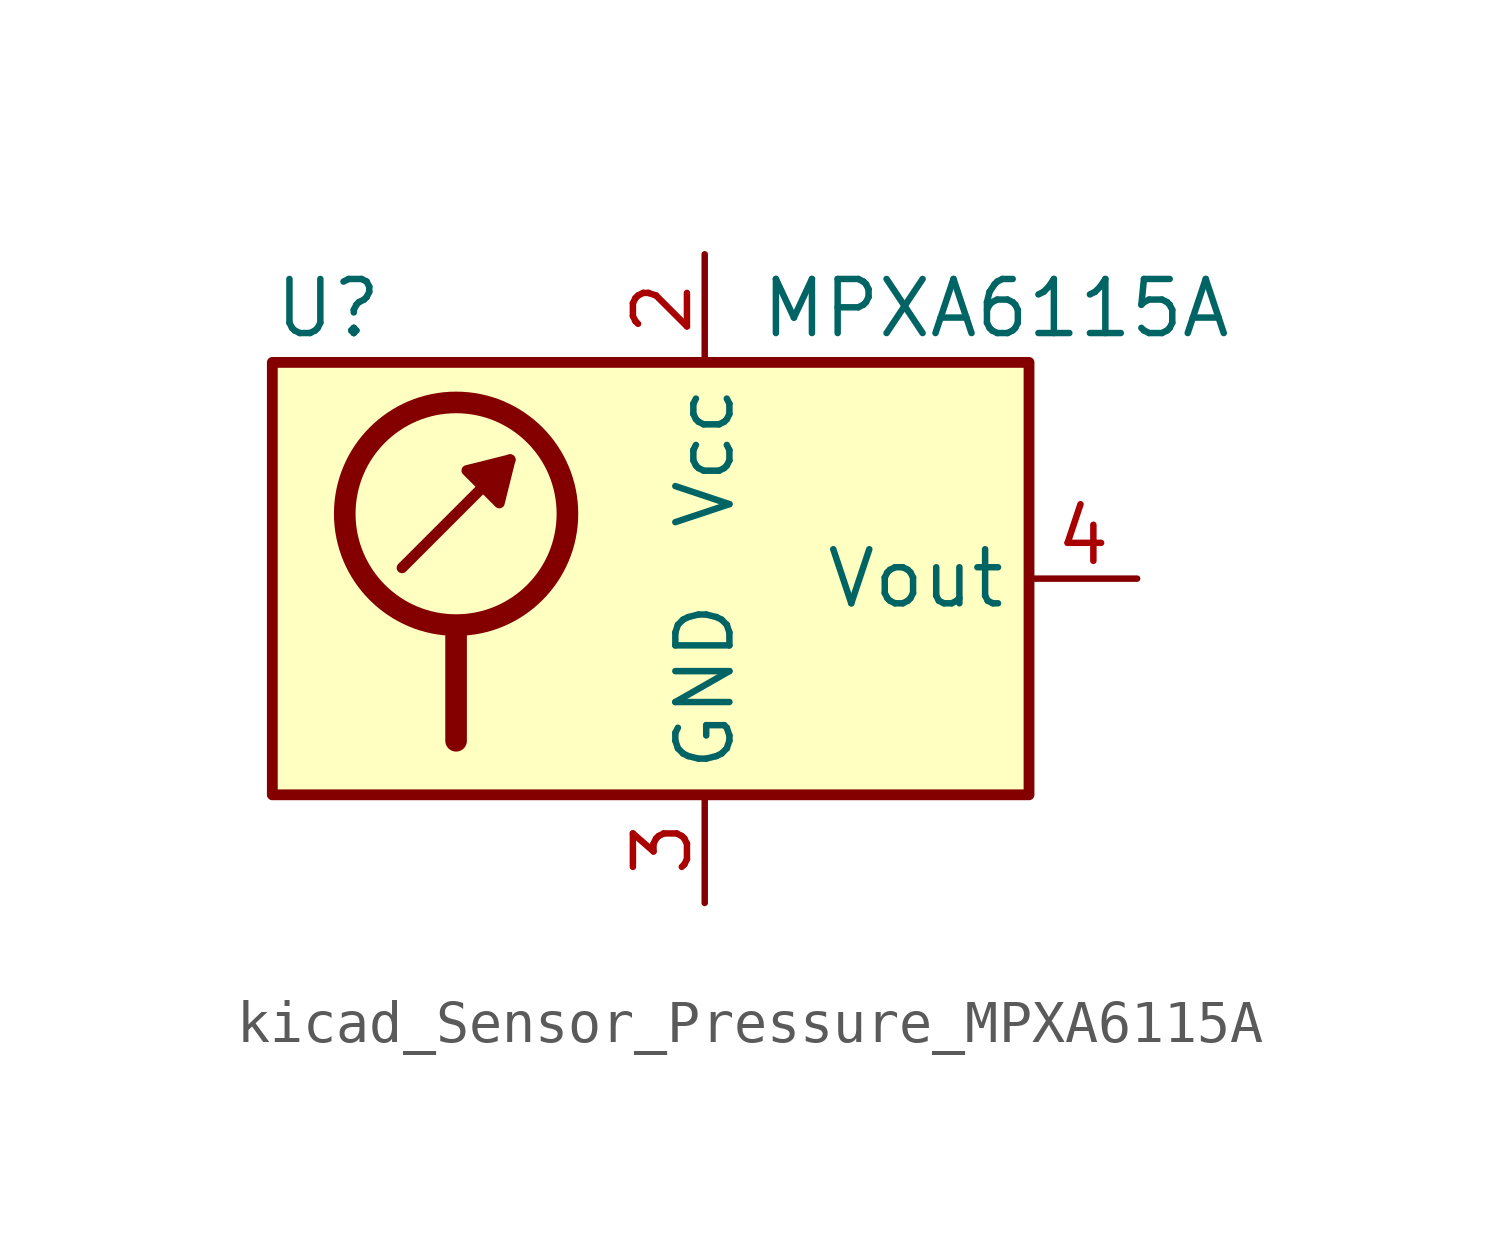
<source format=kicad_sym>
(kicad_symbol_lib
  (version 20220914)
  (generator kicad_symbol_editor)
  (symbol "kicad_Sensor_Pressure_MPXA6115A"
    (property "Reference" "U"
      (at -10.16 6.35 0)
      (effects (font (size 1.27 1.27)) (justify left)))
    (property "Value" "MPXA6115A"
      (at 1.27 6.35 0)
      (effects (font (size 1.27 1.27)) (justify left)))
    (symbol "kicad_Sensor_Pressure_MPXA6115A_0_1"
      (circle (center -5.842 1.524) (radius 2.616) (stroke (width 0.508) (type default)) (fill (type none)))
      (polyline (pts (xy -7.112 0.254) (xy -4.572 2.794)) (stroke (width 0.254) (type default)) (fill (type none)))
      (polyline (pts (xy -5.842 -1.27) (xy -5.842 -3.81)) (stroke (width 0.508) (type default)) (fill (type none)))
      (polyline (pts (xy -4.572 2.794) (xy -4.826 1.778) (xy -5.588 2.54) (xy -4.572 2.794)) (stroke (width 0.254) (type default)) (fill (type outline)))
      (rectangle (start 7.62 5.08) (end -10.16 -5.08) (stroke (width 0.254) (type default)) (fill (type background))))
    (symbol "kicad_Sensor_Pressure_MPXA6115A_1_1"
      (pin no_connect line (at 5.08 -5.08 90) (length 2.54) hide (name "NC" (effects (font (size 1.27 1.27)))) (number "1" (effects (font (size 1.27 1.27)))))
      (pin power_in line (at 0 7.62 270) (length 2.54) (name "Vcc" (effects (font (size 1.27 1.27)))) (number "2" (effects (font (size 1.27 1.27)))))
      (pin power_in line (at 0 -7.62 90) (length 2.54) (name "GND" (effects (font (size 1.27 1.27)))) (number "3" (effects (font (size 1.27 1.27)))))
      (pin output line (at 10.16 0 180) (length 2.54) (name "Vout" (effects (font (size 1.27 1.27)))) (number "4" (effects (font (size 1.27 1.27)))))
      (pin no_connect line (at -7.62 -5.08 90) (length 2.54) hide (name "NC" (effects (font (size 1.27 1.27)))) (number "5" (effects (font (size 1.27 1.27)))))
      (pin no_connect line (at -5.08 -5.08 90) (length 2.54) hide (name "NC" (effects (font (size 1.27 1.27)))) (number "6" (effects (font (size 1.27 1.27)))))
      (pin no_connect line (at -2.54 -5.08 90) (length 2.54) hide (name "NC" (effects (font (size 1.27 1.27)))) (number "7" (effects (font (size 1.27 1.27)))))
      (pin no_connect line (at 2.54 -5.08 90) (length 2.54) hide (name "NC" (effects (font (size 1.27 1.27)))) (number "8" (effects (font (size 1.27 1.27))))))))
</source>
